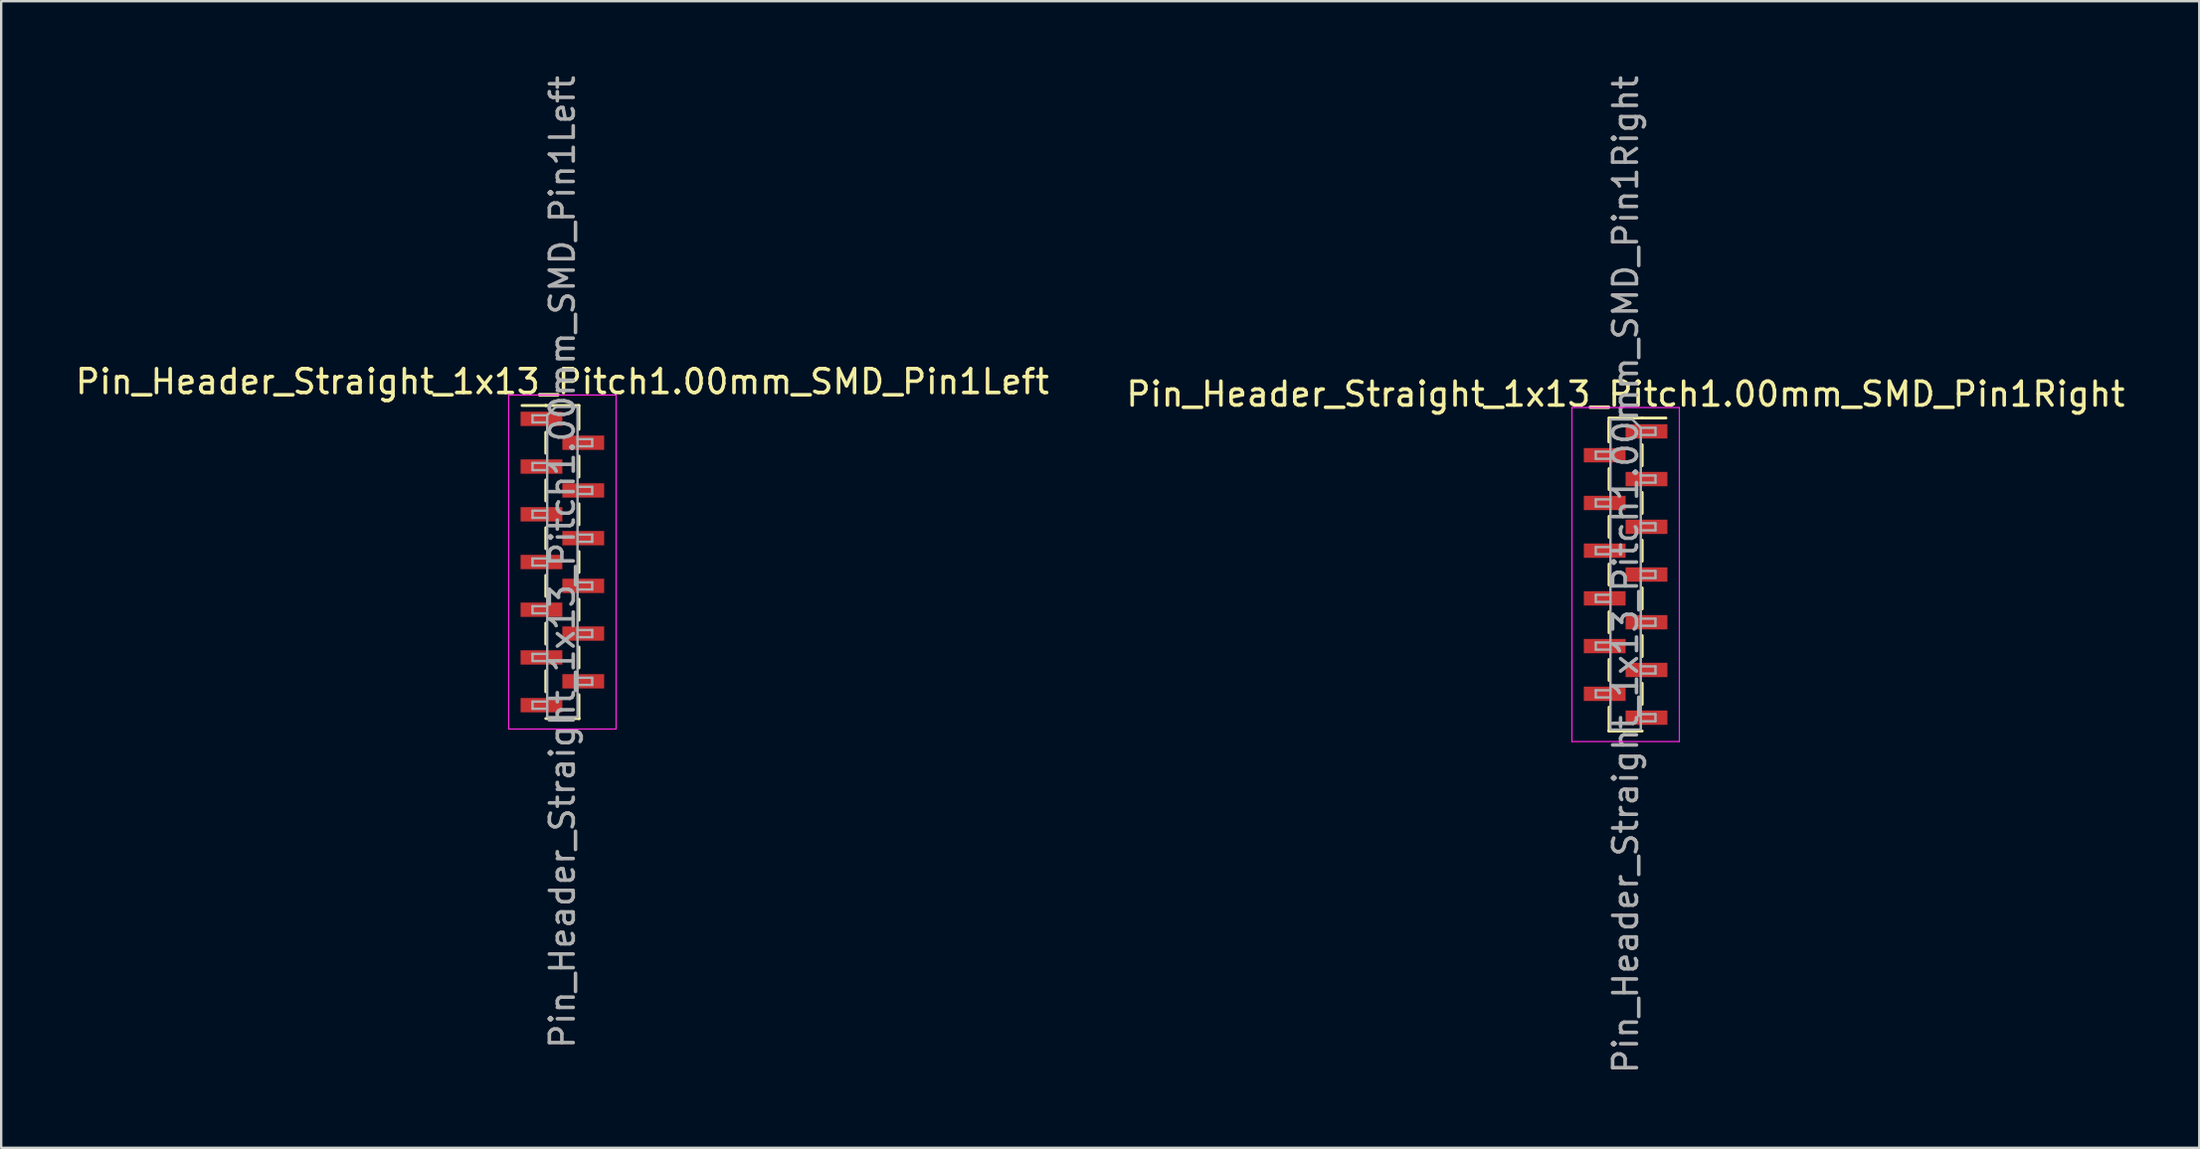
<source format=kicad_pcb>
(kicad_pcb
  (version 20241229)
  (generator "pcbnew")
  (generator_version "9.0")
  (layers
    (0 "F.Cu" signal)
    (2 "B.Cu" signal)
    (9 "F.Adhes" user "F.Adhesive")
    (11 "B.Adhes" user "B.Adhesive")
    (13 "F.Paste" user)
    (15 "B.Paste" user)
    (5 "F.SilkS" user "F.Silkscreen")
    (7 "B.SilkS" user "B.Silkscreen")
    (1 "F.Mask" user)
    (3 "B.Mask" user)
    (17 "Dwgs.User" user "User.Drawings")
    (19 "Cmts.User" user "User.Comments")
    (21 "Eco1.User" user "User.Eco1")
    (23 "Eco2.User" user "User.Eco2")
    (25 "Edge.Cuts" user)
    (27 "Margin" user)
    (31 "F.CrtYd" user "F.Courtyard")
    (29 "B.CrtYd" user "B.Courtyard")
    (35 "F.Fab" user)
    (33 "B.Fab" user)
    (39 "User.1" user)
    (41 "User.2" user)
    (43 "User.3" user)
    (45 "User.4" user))
  (footprint "Pin_Header_Straight_1x13_Pitch1.00mm_SMD_Pin1Right"
    (layer "F.Cu")
    (at 65.042 21.03)
    (property "Reference" "Pin_Header_Straight_1x13_Pitch1.00mm_SMD_Pin1Right" (at 0 -7.56 0) (layer "F.SilkS") (effects (font (size 1 1) (thickness 0.15))))
    (attr smd)
    (fp_line (start -0.695 -6.56) (end -0.695 -5.56) (stroke (width 0.12) (type solid)) (layer "F.SilkS"))
    (fp_line (start -0.695 -6.56) (end 0.695 -6.56) (stroke (width 0.12) (type solid)) (layer "F.SilkS"))
    (fp_line (start -0.695 -6.44) (end -0.695 -5.56) (stroke (width 0.12) (type solid)) (layer "F.SilkS"))
    (fp_line (start -0.695 -4.44) (end -0.695 -3.56) (stroke (width 0.12) (type solid)) (layer "F.SilkS"))
    (fp_line (start -0.695 -2.44) (end -0.695 -1.56) (stroke (width 0.12) (type solid)) (layer "F.SilkS"))
    (fp_line (start -0.695 -0.44) (end -0.695 0.44) (stroke (width 0.12) (type solid)) (layer "F.SilkS"))
    (fp_line (start -0.695 1.56) (end -0.695 2.44) (stroke (width 0.12) (type solid)) (layer "F.SilkS"))
    (fp_line (start -0.695 3.56) (end -0.695 4.44) (stroke (width 0.12) (type solid)) (layer "F.SilkS"))
    (fp_line (start -0.695 5.56) (end -0.695 6.56) (stroke (width 0.12) (type solid)) (layer "F.SilkS"))
    (fp_line (start -0.695 6.56) (end -0.695 6.56) (stroke (width 0.12) (type solid)) (layer "F.SilkS"))
    (fp_line (start -0.695 6.56) (end 0.695 6.56) (stroke (width 0.12) (type solid)) (layer "F.SilkS"))
    (fp_line (start 0.695 -6.56) (end 0.695 -6.56) (stroke (width 0.12) (type solid)) (layer "F.SilkS"))
    (fp_line (start 0.695 -6.56) (end 1.69 -6.56) (stroke (width 0.12) (type solid)) (layer "F.SilkS"))
    (fp_line (start 0.695 -5.44) (end 0.695 -4.56) (stroke (width 0.12) (type solid)) (layer "F.SilkS"))
    (fp_line (start 0.695 -3.44) (end 0.695 -2.56) (stroke (width 0.12) (type solid)) (layer "F.SilkS"))
    (fp_line (start 0.695 -1.44) (end 0.695 -0.56) (stroke (width 0.12) (type solid)) (layer "F.SilkS"))
    (fp_line (start 0.695 0.56) (end 0.695 1.44) (stroke (width 0.12) (type solid)) (layer "F.SilkS"))
    (fp_line (start 0.695 2.56) (end 0.695 3.44) (stroke (width 0.12) (type solid)) (layer "F.SilkS"))
    (fp_line (start 0.695 4.56) (end 0.695 5.44) (stroke (width 0.12) (type solid)) (layer "F.SilkS"))
    (fp_line (start -2.25 -7) (end -2.25 7) (stroke (width 0.05) (type solid)) (layer "F.CrtYd"))
    (fp_line (start -2.25 7) (end 2.25 7) (stroke (width 0.05) (type solid)) (layer "F.CrtYd"))
    (fp_line (start 2.25 -7) (end -2.25 -7) (stroke (width 0.05) (type solid)) (layer "F.CrtYd"))
    (fp_line (start 2.25 7) (end 2.25 -7) (stroke (width 0.05) (type solid)) (layer "F.CrtYd"))
    (fp_line (start -1.25 -5.15) (end -1.25 -4.85) (stroke (width 0.1) (type solid)) (layer "F.Fab"))
    (fp_line (start -1.25 -4.85) (end -0.635 -4.85) (stroke (width 0.1) (type solid)) (layer "F.Fab"))
    (fp_line (start -1.25 -3.15) (end -1.25 -2.85) (stroke (width 0.1) (type solid)) (layer "F.Fab"))
    (fp_line (start -1.25 -2.85) (end -0.635 -2.85) (stroke (width 0.1) (type solid)) (layer "F.Fab"))
    (fp_line (start -1.25 -1.15) (end -1.25 -0.85) (stroke (width 0.1) (type solid)) (layer "F.Fab"))
    (fp_line (start -1.25 -0.85) (end -0.635 -0.85) (stroke (width 0.1) (type solid)) (layer "F.Fab"))
    (fp_line (start -1.25 0.85) (end -1.25 1.15) (stroke (width 0.1) (type solid)) (layer "F.Fab"))
    (fp_line (start -1.25 1.15) (end -0.635 1.15) (stroke (width 0.1) (type solid)) (layer "F.Fab"))
    (fp_line (start -1.25 2.85) (end -1.25 3.15) (stroke (width 0.1) (type solid)) (layer "F.Fab"))
    (fp_line (start -1.25 3.15) (end -0.635 3.15) (stroke (width 0.1) (type solid)) (layer "F.Fab"))
    (fp_line (start -1.25 4.85) (end -1.25 5.15) (stroke (width 0.1) (type solid)) (layer "F.Fab"))
    (fp_line (start -1.25 5.15) (end -0.635 5.15) (stroke (width 0.1) (type solid)) (layer "F.Fab"))
    (fp_line (start -0.635 -6.5) (end -0.635 6.5) (stroke (width 0.1) (type solid)) (layer "F.Fab"))
    (fp_line (start -0.635 -6.5) (end 0.285 -6.5) (stroke (width 0.1) (type solid)) (layer "F.Fab"))
    (fp_line (start -0.635 -5.15) (end -1.25 -5.15) (stroke (width 0.1) (type solid)) (layer "F.Fab"))
    (fp_line (start -0.635 -3.15) (end -1.25 -3.15) (stroke (width 0.1) (type solid)) (layer "F.Fab"))
    (fp_line (start -0.635 -1.15) (end -1.25 -1.15) (stroke (width 0.1) (type solid)) (layer "F.Fab"))
    (fp_line (start -0.635 0.85) (end -1.25 0.85) (stroke (width 0.1) (type solid)) (layer "F.Fab"))
    (fp_line (start -0.635 2.85) (end -1.25 2.85) (stroke (width 0.1) (type solid)) (layer "F.Fab"))
    (fp_line (start -0.635 4.85) (end -1.25 4.85) (stroke (width 0.1) (type solid)) (layer "F.Fab"))
    (fp_line (start 0.635 -6.15) (end 0.285 -6.5) (stroke (width 0.1) (type solid)) (layer "F.Fab"))
    (fp_line (start 0.635 -6.15) (end 1.25 -6.15) (stroke (width 0.1) (type solid)) (layer "F.Fab"))
    (fp_line (start 0.635 -4.15) (end 1.25 -4.15) (stroke (width 0.1) (type solid)) (layer "F.Fab"))
    (fp_line (start 0.635 -2.15) (end 1.25 -2.15) (stroke (width 0.1) (type solid)) (layer "F.Fab"))
    (fp_line (start 0.635 -0.15) (end 1.25 -0.15) (stroke (width 0.1) (type solid)) (layer "F.Fab"))
    (fp_line (start 0.635 1.85) (end 1.25 1.85) (stroke (width 0.1) (type solid)) (layer "F.Fab"))
    (fp_line (start 0.635 3.85) (end 1.25 3.85) (stroke (width 0.1) (type solid)) (layer "F.Fab"))
    (fp_line (start 0.635 5.85) (end 1.25 5.85) (stroke (width 0.1) (type solid)) (layer "F.Fab"))
    (fp_line (start 0.635 6.5) (end -0.635 6.5) (stroke (width 0.1) (type solid)) (layer "F.Fab"))
    (fp_line (start 0.635 6.5) (end 0.635 -6.15) (stroke (width 0.1) (type solid)) (layer "F.Fab"))
    (fp_line (start 1.25 -6.15) (end 1.25 -5.85) (stroke (width 0.1) (type solid)) (layer "F.Fab"))
    (fp_line (start 1.25 -5.85) (end 0.635 -5.85) (stroke (width 0.1) (type solid)) (layer "F.Fab"))
    (fp_line (start 1.25 -4.15) (end 1.25 -3.85) (stroke (width 0.1) (type solid)) (layer "F.Fab"))
    (fp_line (start 1.25 -3.85) (end 0.635 -3.85) (stroke (width 0.1) (type solid)) (layer "F.Fab"))
    (fp_line (start 1.25 -2.15) (end 1.25 -1.85) (stroke (width 0.1) (type solid)) (layer "F.Fab"))
    (fp_line (start 1.25 -1.85) (end 0.635 -1.85) (stroke (width 0.1) (type solid)) (layer "F.Fab"))
    (fp_line (start 1.25 -0.15) (end 1.25 0.15) (stroke (width 0.1) (type solid)) (layer "F.Fab"))
    (fp_line (start 1.25 0.15) (end 0.635 0.15) (stroke (width 0.1) (type solid)) (layer "F.Fab"))
    (fp_line (start 1.25 1.85) (end 1.25 2.15) (stroke (width 0.1) (type solid)) (layer "F.Fab"))
    (fp_line (start 1.25 2.15) (end 0.635 2.15) (stroke (width 0.1) (type solid)) (layer "F.Fab"))
    (fp_line (start 1.25 3.85) (end 1.25 4.15) (stroke (width 0.1) (type solid)) (layer "F.Fab"))
    (fp_line (start 1.25 4.15) (end 0.635 4.15) (stroke (width 0.1) (type solid)) (layer "F.Fab"))
    (fp_line (start 1.25 5.85) (end 1.25 6.15) (stroke (width 0.1) (type solid)) (layer "F.Fab"))
    (fp_line (start 1.25 6.15) (end 0.635 6.15) (stroke (width 0.1) (type solid)) (layer "F.Fab"))
    (fp_text user "${REFERENCE}" (at 0 0 90) (layer "F.Fab") (effects (font (size 1 1) (thickness 0.15))))
    (pad "1" smd rect (at 0.875 -6) (size 1.75 0.6) (layers "F.Cu" "F.Mask" "F.Paste"))
    (pad "2" smd rect (at -0.875 -5) (size 1.75 0.6) (layers "F.Cu" "F.Mask" "F.Paste"))
    (pad "3" smd rect (at 0.875 -4) (size 1.75 0.6) (layers "F.Cu" "F.Mask" "F.Paste"))
    (pad "4" smd rect (at -0.875 -3) (size 1.75 0.6) (layers "F.Cu" "F.Mask" "F.Paste"))
    (pad "5" smd rect (at 0.875 -2) (size 1.75 0.6) (layers "F.Cu" "F.Mask" "F.Paste"))
    (pad "6" smd rect (at -0.875 -1) (size 1.75 0.6) (layers "F.Cu" "F.Mask" "F.Paste"))
    (pad "7" smd rect (at 0.875 0) (size 1.75 0.6) (layers "F.Cu" "F.Mask" "F.Paste"))
    (pad "8" smd rect (at -0.875 1) (size 1.75 0.6) (layers "F.Cu" "F.Mask" "F.Paste"))
    (pad "9" smd rect (at 0.875 2) (size 1.75 0.6) (layers "F.Cu" "F.Mask" "F.Paste"))
    (pad "10" smd rect (at -0.875 3) (size 1.75 0.6) (layers "F.Cu" "F.Mask" "F.Paste"))
    (pad "11" smd rect (at 0.875 4) (size 1.75 0.6) (layers "F.Cu" "F.Mask" "F.Paste"))
    (pad "12" smd rect (at -0.875 5) (size 1.75 0.6) (layers "F.Cu" "F.Mask" "F.Paste"))
    (pad "13" smd rect (at 0.875 6) (size 1.75 0.6) (layers "F.Cu" "F.Mask" "F.Paste")))
  (footprint "Pin_Header_Straight_1x13_Pitch1.00mm_SMD_Pin1Left"
    (layer "F.Cu")
    (at 20.506 20.506)
    (property "Reference" "Pin_Header_Straight_1x13_Pitch1.00mm_SMD_Pin1Left" (at 0 -7.56 0) (layer "F.SilkS") (effects (font (size 1 1) (thickness 0.15))))
    (attr smd)
    (fp_line (start -0.695 -6.56) (end -1.69 -6.56) (stroke (width 0.12) (type solid)) (layer "F.SilkS"))
    (fp_line (start -0.695 -6.56) (end -0.695 -6.56) (stroke (width 0.12) (type solid)) (layer "F.SilkS"))
    (fp_line (start -0.695 -6.56) (end 0.695 -6.56) (stroke (width 0.12) (type solid)) (layer "F.SilkS"))
    (fp_line (start -0.695 -5.44) (end -0.695 -4.56) (stroke (width 0.12) (type solid)) (layer "F.SilkS"))
    (fp_line (start -0.695 -3.44) (end -0.695 -2.56) (stroke (width 0.12) (type solid)) (layer "F.SilkS"))
    (fp_line (start -0.695 -1.44) (end -0.695 -0.56) (stroke (width 0.12) (type solid)) (layer "F.SilkS"))
    (fp_line (start -0.695 0.56) (end -0.695 1.44) (stroke (width 0.12) (type solid)) (layer "F.SilkS"))
    (fp_line (start -0.695 2.56) (end -0.695 3.44) (stroke (width 0.12) (type solid)) (layer "F.SilkS"))
    (fp_line (start -0.695 4.56) (end -0.695 5.44) (stroke (width 0.12) (type solid)) (layer "F.SilkS"))
    (fp_line (start -0.695 6.56) (end 0.695 6.56) (stroke (width 0.12) (type solid)) (layer "F.SilkS"))
    (fp_line (start 0.695 -6.56) (end 0.695 -5.56) (stroke (width 0.12) (type solid)) (layer "F.SilkS"))
    (fp_line (start 0.695 -4.44) (end 0.695 -3.56) (stroke (width 0.12) (type solid)) (layer "F.SilkS"))
    (fp_line (start 0.695 -2.44) (end 0.695 -1.56) (stroke (width 0.12) (type solid)) (layer "F.SilkS"))
    (fp_line (start 0.695 -0.44) (end 0.695 0.44) (stroke (width 0.12) (type solid)) (layer "F.SilkS"))
    (fp_line (start 0.695 1.56) (end 0.695 2.44) (stroke (width 0.12) (type solid)) (layer "F.SilkS"))
    (fp_line (start 0.695 3.56) (end 0.695 4.44) (stroke (width 0.12) (type solid)) (layer "F.SilkS"))
    (fp_line (start 0.695 5.56) (end 0.695 6.56) (stroke (width 0.12) (type solid)) (layer "F.SilkS"))
    (fp_line (start 0.695 6.56) (end 0.695 6.56) (stroke (width 0.12) (type solid)) (layer "F.SilkS"))
    (fp_line (start -2.25 -7) (end -2.25 7) (stroke (width 0.05) (type solid)) (layer "F.CrtYd"))
    (fp_line (start -2.25 7) (end 2.25 7) (stroke (width 0.05) (type solid)) (layer "F.CrtYd"))
    (fp_line (start 2.25 -7) (end -2.25 -7) (stroke (width 0.05) (type solid)) (layer "F.CrtYd"))
    (fp_line (start 2.25 7) (end 2.25 -7) (stroke (width 0.05) (type solid)) (layer "F.CrtYd"))
    (fp_line (start -1.25 -6.15) (end -1.25 -5.85) (stroke (width 0.1) (type solid)) (layer "F.Fab"))
    (fp_line (start -1.25 -5.85) (end -0.635 -5.85) (stroke (width 0.1) (type solid)) (layer "F.Fab"))
    (fp_line (start -1.25 -4.15) (end -1.25 -3.85) (stroke (width 0.1) (type solid)) (layer "F.Fab"))
    (fp_line (start -1.25 -3.85) (end -0.635 -3.85) (stroke (width 0.1) (type solid)) (layer "F.Fab"))
    (fp_line (start -1.25 -2.15) (end -1.25 -1.85) (stroke (width 0.1) (type solid)) (layer "F.Fab"))
    (fp_line (start -1.25 -1.85) (end -0.635 -1.85) (stroke (width 0.1) (type solid)) (layer "F.Fab"))
    (fp_line (start -1.25 -0.15) (end -1.25 0.15) (stroke (width 0.1) (type solid)) (layer "F.Fab"))
    (fp_line (start -1.25 0.15) (end -0.635 0.15) (stroke (width 0.1) (type solid)) (layer "F.Fab"))
    (fp_line (start -1.25 1.85) (end -1.25 2.15) (stroke (width 0.1) (type solid)) (layer "F.Fab"))
    (fp_line (start -1.25 2.15) (end -0.635 2.15) (stroke (width 0.1) (type solid)) (layer "F.Fab"))
    (fp_line (start -1.25 3.85) (end -1.25 4.15) (stroke (width 0.1) (type solid)) (layer "F.Fab"))
    (fp_line (start -1.25 4.15) (end -0.635 4.15) (stroke (width 0.1) (type solid)) (layer "F.Fab"))
    (fp_line (start -1.25 5.85) (end -1.25 6.15) (stroke (width 0.1) (type solid)) (layer "F.Fab"))
    (fp_line (start -1.25 6.15) (end -0.635 6.15) (stroke (width 0.1) (type solid)) (layer "F.Fab"))
    (fp_line (start -0.635 -6.15) (end -1.25 -6.15) (stroke (width 0.1) (type solid)) (layer "F.Fab"))
    (fp_line (start -0.635 -6.15) (end -0.285 -6.5) (stroke (width 0.1) (type solid)) (layer "F.Fab"))
    (fp_line (start -0.635 -4.15) (end -1.25 -4.15) (stroke (width 0.1) (type solid)) (layer "F.Fab"))
    (fp_line (start -0.635 -2.15) (end -1.25 -2.15) (stroke (width 0.1) (type solid)) (layer "F.Fab"))
    (fp_line (start -0.635 -0.15) (end -1.25 -0.15) (stroke (width 0.1) (type solid)) (layer "F.Fab"))
    (fp_line (start -0.635 1.85) (end -1.25 1.85) (stroke (width 0.1) (type solid)) (layer "F.Fab"))
    (fp_line (start -0.635 3.85) (end -1.25 3.85) (stroke (width 0.1) (type solid)) (layer "F.Fab"))
    (fp_line (start -0.635 5.85) (end -1.25 5.85) (stroke (width 0.1) (type solid)) (layer "F.Fab"))
    (fp_line (start -0.635 6.5) (end -0.635 -6.15) (stroke (width 0.1) (type solid)) (layer "F.Fab"))
    (fp_line (start -0.285 -6.5) (end 0.635 -6.5) (stroke (width 0.1) (type solid)) (layer "F.Fab"))
    (fp_line (start 0.635 -6.5) (end 0.635 6.5) (stroke (width 0.1) (type solid)) (layer "F.Fab"))
    (fp_line (start 0.635 -5.15) (end 1.25 -5.15) (stroke (width 0.1) (type solid)) (layer "F.Fab"))
    (fp_line (start 0.635 -3.15) (end 1.25 -3.15) (stroke (width 0.1) (type solid)) (layer "F.Fab"))
    (fp_line (start 0.635 -1.15) (end 1.25 -1.15) (stroke (width 0.1) (type solid)) (layer "F.Fab"))
    (fp_line (start 0.635 0.85) (end 1.25 0.85) (stroke (width 0.1) (type solid)) (layer "F.Fab"))
    (fp_line (start 0.635 2.85) (end 1.25 2.85) (stroke (width 0.1) (type solid)) (layer "F.Fab"))
    (fp_line (start 0.635 4.85) (end 1.25 4.85) (stroke (width 0.1) (type solid)) (layer "F.Fab"))
    (fp_line (start 0.635 6.5) (end -0.635 6.5) (stroke (width 0.1) (type solid)) (layer "F.Fab"))
    (fp_line (start 1.25 -5.15) (end 1.25 -4.85) (stroke (width 0.1) (type solid)) (layer "F.Fab"))
    (fp_line (start 1.25 -4.85) (end 0.635 -4.85) (stroke (width 0.1) (type solid)) (layer "F.Fab"))
    (fp_line (start 1.25 -3.15) (end 1.25 -2.85) (stroke (width 0.1) (type solid)) (layer "F.Fab"))
    (fp_line (start 1.25 -2.85) (end 0.635 -2.85) (stroke (width 0.1) (type solid)) (layer "F.Fab"))
    (fp_line (start 1.25 -1.15) (end 1.25 -0.85) (stroke (width 0.1) (type solid)) (layer "F.Fab"))
    (fp_line (start 1.25 -0.85) (end 0.635 -0.85) (stroke (width 0.1) (type solid)) (layer "F.Fab"))
    (fp_line (start 1.25 0.85) (end 1.25 1.15) (stroke (width 0.1) (type solid)) (layer "F.Fab"))
    (fp_line (start 1.25 1.15) (end 0.635 1.15) (stroke (width 0.1) (type solid)) (layer "F.Fab"))
    (fp_line (start 1.25 2.85) (end 1.25 3.15) (stroke (width 0.1) (type solid)) (layer "F.Fab"))
    (fp_line (start 1.25 3.15) (end 0.635 3.15) (stroke (width 0.1) (type solid)) (layer "F.Fab"))
    (fp_line (start 1.25 4.85) (end 1.25 5.15) (stroke (width 0.1) (type solid)) (layer "F.Fab"))
    (fp_line (start 1.25 5.15) (end 0.635 5.15) (stroke (width 0.1) (type solid)) (layer "F.Fab"))
    (fp_text user "${REFERENCE}" (at 0 0 90) (layer "F.Fab") (effects (font (size 1 1) (thickness 0.15))))
    (pad "1" smd rect (at -0.875 -6) (size 1.75 0.6) (layers "F.Cu" "F.Mask" "F.Paste"))
    (pad "2" smd rect (at 0.875 -5) (size 1.75 0.6) (layers "F.Cu" "F.Mask" "F.Paste"))
    (pad "3" smd rect (at -0.875 -4) (size 1.75 0.6) (layers "F.Cu" "F.Mask" "F.Paste"))
    (pad "4" smd rect (at 0.875 -3) (size 1.75 0.6) (layers "F.Cu" "F.Mask" "F.Paste"))
    (pad "5" smd rect (at -0.875 -2) (size 1.75 0.6) (layers "F.Cu" "F.Mask" "F.Paste"))
    (pad "6" smd rect (at 0.875 -1) (size 1.75 0.6) (layers "F.Cu" "F.Mask" "F.Paste"))
    (pad "7" smd rect (at -0.875 0) (size 1.75 0.6) (layers "F.Cu" "F.Mask" "F.Paste"))
    (pad "8" smd rect (at 0.875 1) (size 1.75 0.6) (layers "F.Cu" "F.Mask" "F.Paste"))
    (pad "9" smd rect (at -0.875 2) (size 1.75 0.6) (layers "F.Cu" "F.Mask" "F.Paste"))
    (pad "10" smd rect (at 0.875 3) (size 1.75 0.6) (layers "F.Cu" "F.Mask" "F.Paste"))
    (pad "11" smd rect (at -0.875 4) (size 1.75 0.6) (layers "F.Cu" "F.Mask" "F.Paste"))
    (pad "12" smd rect (at 0.875 5) (size 1.75 0.6) (layers "F.Cu" "F.Mask" "F.Paste"))
    (pad "13" smd rect (at -0.875 6) (size 1.75 0.6) (layers "F.Cu" "F.Mask" "F.Paste")))
  (gr_rect
    (start -3 -3)
    (end 89.071 45.06)
    (stroke (width 0.1) (type default))
    (fill no)
    (layer "Edge.Cuts")))
</source>
